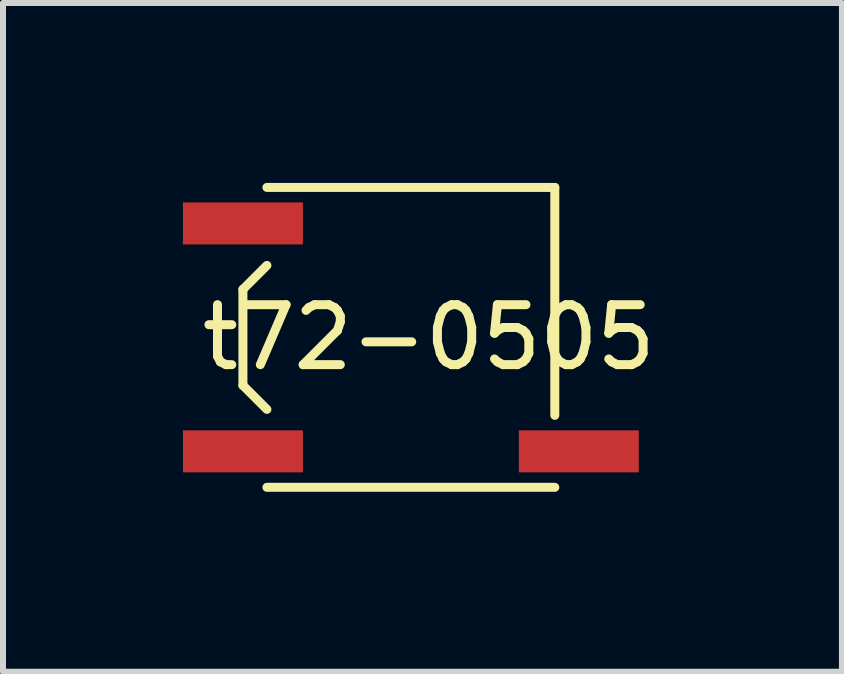
<source format=kicad_pcb>
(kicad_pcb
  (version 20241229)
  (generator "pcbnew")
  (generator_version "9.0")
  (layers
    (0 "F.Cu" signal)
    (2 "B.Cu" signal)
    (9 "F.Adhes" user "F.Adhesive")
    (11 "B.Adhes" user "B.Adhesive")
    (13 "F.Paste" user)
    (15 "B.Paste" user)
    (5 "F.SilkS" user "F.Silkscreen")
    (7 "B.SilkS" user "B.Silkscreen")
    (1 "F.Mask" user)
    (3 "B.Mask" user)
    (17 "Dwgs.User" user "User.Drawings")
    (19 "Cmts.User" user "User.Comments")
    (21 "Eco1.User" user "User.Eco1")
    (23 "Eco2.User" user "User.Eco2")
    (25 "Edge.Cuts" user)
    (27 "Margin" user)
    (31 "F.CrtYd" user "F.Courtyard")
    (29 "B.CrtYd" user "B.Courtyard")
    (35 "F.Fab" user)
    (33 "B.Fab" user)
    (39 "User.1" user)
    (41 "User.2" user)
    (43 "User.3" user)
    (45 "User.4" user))
  (footprint "t72-0505"
    (layer "F.Cu")
    (at 3.8 2.575)
    (property "Reference" "t72-0505" (at 0.3 0 0) (layer "F.SilkS") (effects (font (size 1 1) (thickness 0.15))))
    (attr through_hole)
    (fp_line (start -2.8 -0.8) (end -2.8 0.8) (stroke (width 0.15) (type solid)) (layer "F.SilkS"))
    (fp_line (start -2.8 -0.8) (end -2.4 -1.2) (stroke (width 0.15) (type solid)) (layer "F.SilkS"))
    (fp_line (start -2.8 0.8) (end -2.4 1.2) (stroke (width 0.15) (type solid)) (layer "F.SilkS"))
    (fp_line (start -2.4 2.5) (end 2.4 2.5) (stroke (width 0.15) (type solid)) (layer "F.SilkS"))
    (fp_line (start 2.4 -2.5) (end -2.4 -2.5) (stroke (width 0.15) (type solid)) (layer "F.SilkS"))
    (fp_line (start 2.4 -2.5) (end 2.4 1.3) (stroke (width 0.15) (type solid)) (layer "F.SilkS"))
    (pad "" smd rect (at -2.8 -1.9) (size 2 0.7) (layers "F.Cu" "F.Mask" "F.Paste"))
    (pad "1" smd rect (at -2.8 1.9) (size 2 0.7) (layers "F.Cu" "F.Mask" "F.Paste"))
    (pad "2" smd rect (at 2.8 1.9) (size 2 0.7) (layers "F.Cu" "F.Mask" "F.Paste")))
  (gr_rect
    (start -3 -3)
    (end 10.987 8.15)
    (stroke (width 0.1) (type default))
    (fill no)
    (layer "Edge.Cuts")))
</source>
